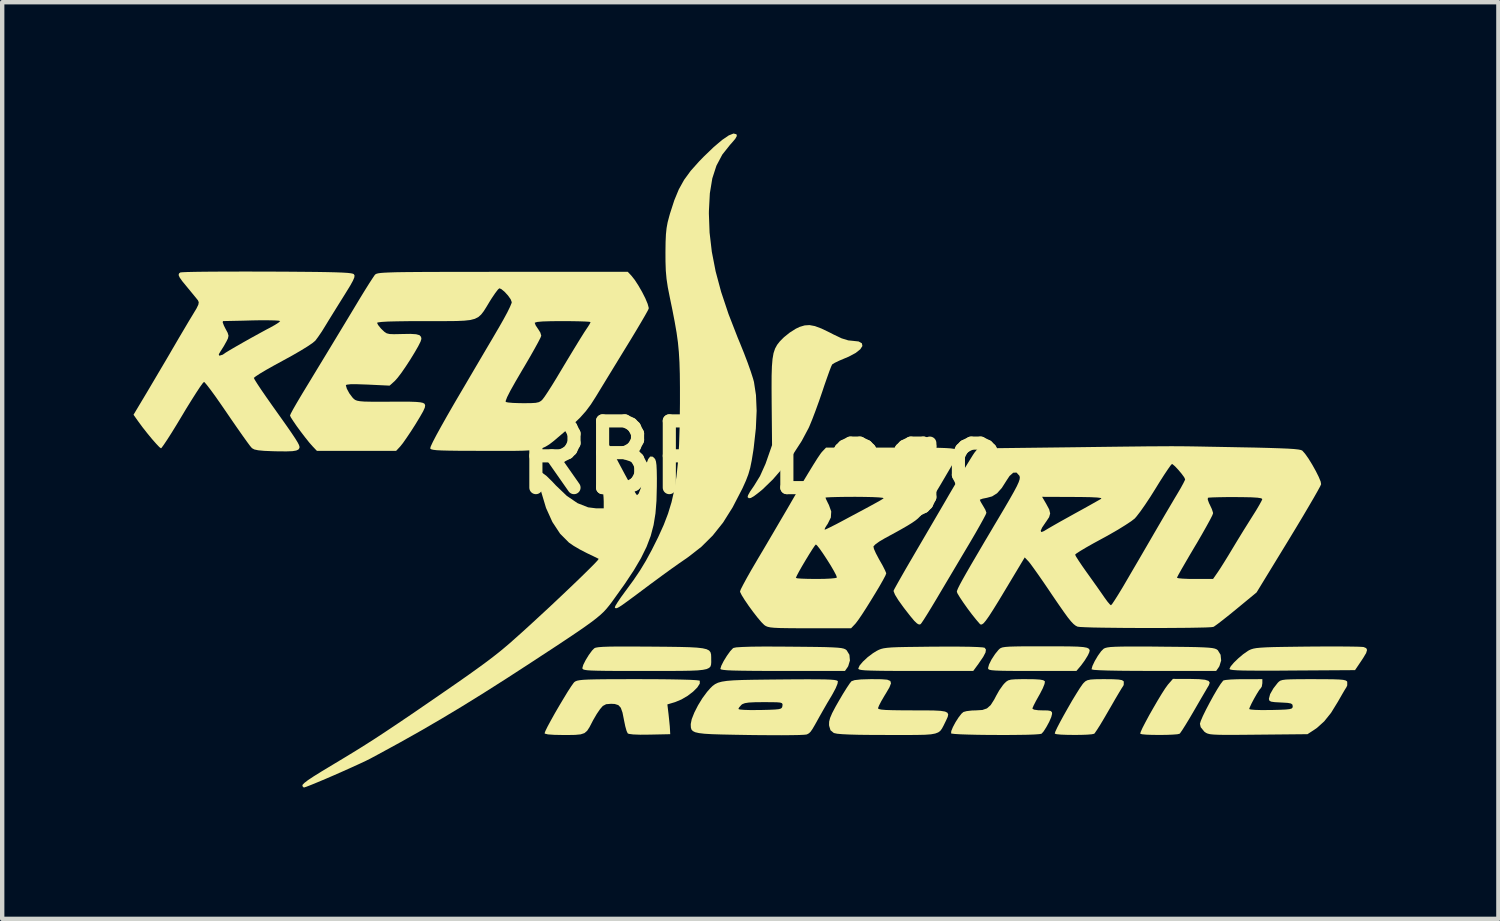
<source format=kicad_pcb>
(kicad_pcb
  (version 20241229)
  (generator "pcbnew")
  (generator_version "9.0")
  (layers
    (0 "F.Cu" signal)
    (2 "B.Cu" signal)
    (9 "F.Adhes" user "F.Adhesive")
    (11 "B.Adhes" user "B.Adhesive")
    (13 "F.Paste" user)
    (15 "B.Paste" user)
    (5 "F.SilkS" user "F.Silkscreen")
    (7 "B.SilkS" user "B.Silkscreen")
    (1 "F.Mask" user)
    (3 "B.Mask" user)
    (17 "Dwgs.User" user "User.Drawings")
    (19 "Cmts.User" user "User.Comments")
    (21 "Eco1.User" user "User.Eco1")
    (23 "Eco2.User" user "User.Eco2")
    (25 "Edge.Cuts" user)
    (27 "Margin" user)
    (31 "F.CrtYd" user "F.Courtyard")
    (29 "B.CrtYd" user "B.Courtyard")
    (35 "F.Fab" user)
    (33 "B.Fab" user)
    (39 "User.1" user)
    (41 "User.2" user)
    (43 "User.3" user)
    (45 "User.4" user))
  (footprint "RBR Logo"
    (layer "F.Cu")
    (at 14.38 7.399)
    (property "Reference" "RBR Logo" (at 0 0 0) (layer "F.SilkS") (effects (font (size 1.524 1.524) (thickness 0.3))))
    (attr board_only exclude_from_pos_files exclude_from_bom)
    (fp_poly (pts (xy 9.752 5.06) (xy 9.959 5.065) (xy 10.098 5.079) (xy 10.177 5.105) (xy 10.204 5.145) (xy 10.185 5.202) (xy 10.182 5.207) (xy 10.15 5.261) (xy 10.088 5.367) (xy 10.003 5.512) (xy 9.904 5.683) (xy 9.849 5.778) (xy 9.746 5.954) (xy 9.653 6.107) (xy 9.578 6.226) (xy 9.529 6.297) (xy 9.515 6.312) (xy 9.462 6.324) (xy 9.355 6.332) (xy 9.212 6.338) (xy 9.053 6.339) (xy 8.896 6.338) (xy 8.758 6.333) (xy 8.659 6.324) (xy 8.616 6.312) (xy 8.627 6.27) (xy 8.669 6.176) (xy 8.737 6.045) (xy 8.821 5.889) (xy 8.916 5.722) (xy 9.013 5.555) (xy 9.105 5.403) (xy 9.185 5.278) (xy 9.246 5.194) (xy 9.254 5.184) (xy 9.363 5.059)) (stroke (width 0) (type solid)) (fill yes) (layer "F.SilkS"))
    (fp_poly (pts (xy 0.373 4.321) (xy 0.615 4.323) (xy 0.951 4.326) (xy 1.22 4.329) (xy 1.429 4.333) (xy 1.588 4.339) (xy 1.705 4.346) (xy 1.787 4.355) (xy 1.842 4.367) (xy 1.879 4.382) (xy 1.906 4.402) (xy 1.91 4.405) (xy 1.973 4.508) (xy 1.985 4.639) (xy 1.946 4.768) (xy 1.93 4.794) (xy 1.872 4.877) (xy 0.448 4.877) (xy 0.068 4.877) (xy -0.243 4.875) (xy -0.49 4.872) (xy -0.68 4.868) (xy -0.817 4.862) (xy -0.908 4.853) (xy -0.959 4.843) (xy -0.975 4.831) (xy -0.975 4.831) (xy -0.953 4.758) (xy -0.899 4.651) (xy -0.827 4.534) (xy -0.752 4.429) (xy -0.689 4.361) (xy -0.675 4.352) (xy -0.612 4.339) (xy -0.476 4.33) (xy -0.267 4.323) (xy 0.016 4.32)) (stroke (width 0) (type solid)) (fill yes) (layer "F.SilkS"))
    (fp_poly (pts (xy 4.485 4.322) (xy 4.718 4.325) (xy 4.897 4.331) (xy 5.015 4.339) (xy 5.063 4.348) (xy 5.092 4.39) (xy 5.082 4.456) (xy 5.029 4.557) (xy 4.929 4.703) (xy 4.919 4.718) (xy 4.802 4.877) (xy 3.489 4.877) (xy 3.136 4.877) (xy 2.851 4.876) (xy 2.626 4.873) (xy 2.457 4.869) (xy 2.334 4.864) (xy 2.252 4.856) (xy 2.203 4.846) (xy 2.18 4.833) (xy 2.176 4.822) (xy 2.205 4.755) (xy 2.282 4.664) (xy 2.389 4.564) (xy 2.511 4.472) (xy 2.599 4.418) (xy 2.647 4.394) (xy 2.696 4.375) (xy 2.756 4.36) (xy 2.835 4.349) (xy 2.942 4.34) (xy 3.088 4.334) (xy 3.279 4.33) (xy 3.527 4.327) (xy 3.839 4.323) (xy 3.883 4.323) (xy 4.204 4.321)) (stroke (width 0) (type solid)) (fill yes) (layer "F.SilkS"))
    (fp_poly (pts (xy 6.755 4.315) (xy 7 4.317) (xy 7.185 4.322) (xy 7.316 4.332) (xy 7.401 4.348) (xy 7.447 4.373) (xy 7.462 4.407) (xy 7.452 4.452) (xy 7.425 4.511) (xy 7.414 4.532) (xy 7.349 4.637) (xy 7.268 4.748) (xy 7.258 4.76) (xy 7.159 4.877) (xy 6.15 4.877) (xy 5.848 4.877) (xy 5.612 4.876) (xy 5.436 4.873) (xy 5.309 4.868) (xy 5.225 4.861) (xy 5.174 4.851) (xy 5.149 4.837) (xy 5.141 4.818) (xy 5.14 4.812) (xy 5.163 4.729) (xy 5.221 4.613) (xy 5.302 4.49) (xy 5.376 4.399) (xy 5.401 4.374) (xy 5.43 4.354) (xy 5.473 4.339) (xy 5.538 4.329) (xy 5.634 4.322) (xy 5.771 4.318) (xy 5.957 4.315) (xy 6.202 4.315) (xy 6.442 4.315)) (stroke (width 0) (type solid)) (fill yes) (layer "F.SilkS"))
    (fp_poly (pts (xy 8.64 4.319) (xy 8.957 4.321) (xy 9.09 4.323) (xy 9.426 4.326) (xy 9.696 4.329) (xy 9.906 4.333) (xy 10.066 4.339) (xy 10.182 4.346) (xy 10.265 4.355) (xy 10.32 4.367) (xy 10.358 4.382) (xy 10.385 4.401) (xy 10.389 4.405) (xy 10.452 4.508) (xy 10.465 4.639) (xy 10.425 4.768) (xy 10.409 4.794) (xy 10.351 4.877) (xy 8.927 4.877) (xy 8.505 4.876) (xy 8.158 4.873) (xy 7.884 4.868) (xy 7.685 4.861) (xy 7.559 4.853) (xy 7.506 4.841) (xy 7.504 4.839) (xy 7.525 4.762) (xy 7.578 4.651) (xy 7.648 4.532) (xy 7.721 4.43) (xy 7.781 4.37) (xy 7.814 4.354) (xy 7.864 4.341) (xy 7.939 4.331) (xy 8.046 4.325) (xy 8.193 4.321) (xy 8.389 4.319)) (stroke (width 0) (type solid)) (fill yes) (layer "F.SilkS"))
    (fp_poly (pts (xy 13.248 4.319) (xy 13.451 4.321) (xy 13.604 4.324) (xy 13.697 4.329) (xy 13.718 4.331) (xy 13.778 4.356) (xy 13.798 4.397) (xy 13.777 4.468) (xy 13.711 4.579) (xy 13.663 4.652) (xy 13.523 4.859) (xy 12.089 4.868) (xy 11.712 4.871) (xy 11.404 4.871) (xy 11.158 4.87) (xy 10.97 4.868) (xy 10.831 4.863) (xy 10.737 4.856) (xy 10.681 4.847) (xy 10.657 4.835) (xy 10.655 4.829) (xy 10.683 4.773) (xy 10.755 4.688) (xy 10.856 4.59) (xy 10.967 4.496) (xy 11.074 4.421) (xy 11.105 4.403) (xy 11.148 4.384) (xy 11.2 4.368) (xy 11.27 4.355) (xy 11.366 4.346) (xy 11.498 4.338) (xy 11.672 4.332) (xy 11.899 4.328) (xy 12.186 4.324) (xy 12.433 4.321) (xy 12.729 4.319) (xy 13.004 4.318)) (stroke (width 0) (type solid)) (fill yes) (layer "F.SilkS"))
    (fp_poly (pts (xy 7.998 5.067) (xy 8.123 5.074) (xy 8.197 5.087) (xy 8.233 5.109) (xy 8.241 5.122) (xy 8.239 5.198) (xy 8.224 5.225) (xy 8.193 5.272) (xy 8.132 5.373) (xy 8.049 5.513) (xy 7.952 5.682) (xy 7.896 5.778) (xy 7.794 5.954) (xy 7.702 6.108) (xy 7.627 6.226) (xy 7.578 6.297) (xy 7.565 6.312) (xy 7.51 6.324) (xy 7.402 6.333) (xy 7.259 6.338) (xy 7.1 6.339) (xy 6.942 6.337) (xy 6.805 6.332) (xy 6.706 6.322) (xy 6.664 6.31) (xy 6.675 6.268) (xy 6.718 6.175) (xy 6.786 6.044) (xy 6.871 5.888) (xy 6.966 5.72) (xy 7.063 5.551) (xy 7.157 5.397) (xy 7.238 5.268) (xy 7.3 5.179) (xy 7.321 5.154) (xy 7.363 5.114) (xy 7.411 5.089) (xy 7.483 5.074) (xy 7.592 5.067) (xy 7.756 5.065) (xy 7.812 5.065)) (stroke (width 0) (type solid)) (fill yes) (layer "F.SilkS"))
    (fp_poly (pts (xy -2.734 4.321) (xy -2.556 4.322) (xy -2.199 4.325) (xy -1.91 4.329) (xy -1.682 4.335) (xy -1.507 4.345) (xy -1.379 4.36) (xy -1.29 4.381) (xy -1.233 4.41) (xy -1.201 4.449) (xy -1.187 4.499) (xy -1.184 4.561) (xy -1.184 4.611) (xy -1.183 4.677) (xy -1.187 4.731) (xy -1.2 4.775) (xy -1.232 4.808) (xy -1.287 4.834) (xy -1.373 4.852) (xy -1.497 4.865) (xy -1.665 4.872) (xy -1.885 4.876) (xy -2.163 4.877) (xy -2.505 4.877) (xy -2.706 4.877) (xy -3.07 4.877) (xy -3.366 4.877) (xy -3.602 4.875) (xy -3.783 4.872) (xy -3.917 4.868) (xy -4.011 4.862) (xy -4.072 4.853) (xy -4.107 4.842) (xy -4.123 4.828) (xy -4.127 4.811) (xy -4.127 4.81) (xy -4.106 4.737) (xy -4.052 4.63) (xy -3.981 4.514) (xy -3.907 4.413) (xy -3.855 4.36) (xy -3.823 4.346) (xy -3.759 4.335) (xy -3.658 4.327) (xy -3.511 4.322) (xy -3.313 4.319) (xy -3.056 4.319)) (stroke (width 0) (type solid)) (fill yes) (layer "F.SilkS"))
    (fp_poly (pts (xy 2.704 5.067) (xy 2.837 5.077) (xy 2.908 5.106) (xy 2.923 5.16) (xy 2.888 5.251) (xy 2.81 5.385) (xy 2.776 5.44) (xy 2.704 5.563) (xy 2.651 5.665) (xy 2.627 5.726) (xy 2.626 5.731) (xy 2.644 5.747) (xy 2.701 5.76) (xy 2.805 5.769) (xy 2.964 5.774) (xy 3.184 5.777) (xy 3.415 5.778) (xy 3.694 5.778) (xy 3.906 5.781) (xy 4.058 5.789) (xy 4.158 5.805) (xy 4.212 5.832) (xy 4.23 5.872) (xy 4.218 5.928) (xy 4.184 6.003) (xy 4.163 6.046) (xy 4.123 6.128) (xy 4.088 6.193) (xy 4.051 6.244) (xy 4.002 6.281) (xy 3.934 6.307) (xy 3.837 6.325) (xy 3.702 6.335) (xy 3.522 6.339) (xy 3.288 6.341) (xy 2.992 6.34) (xy 2.836 6.34) (xy 2.482 6.339) (xy 2.197 6.336) (xy 1.975 6.33) (xy 1.81 6.322) (xy 1.696 6.312) (xy 1.629 6.298) (xy 1.613 6.292) (xy 1.541 6.232) (xy 1.51 6.13) (xy 1.508 6.108) (xy 1.51 6.035) (xy 1.532 5.951) (xy 1.579 5.841) (xy 1.658 5.691) (xy 1.73 5.565) (xy 1.824 5.405) (xy 1.91 5.267) (xy 1.979 5.164) (xy 2.02 5.113) (xy 2.021 5.112) (xy 2.093 5.087) (xy 2.239 5.071) (xy 2.458 5.065) (xy 2.502 5.065)) (stroke (width 0) (type solid)) (fill yes) (layer "F.SilkS"))
    (fp_poly (pts (xy 6.2 5.067) (xy 6.326 5.075) (xy 6.4 5.089) (xy 6.435 5.112) (xy 6.439 5.119) (xy 6.43 5.175) (xy 6.39 5.275) (xy 6.326 5.4) (xy 6.306 5.435) (xy 6.235 5.562) (xy 6.181 5.667) (xy 6.154 5.73) (xy 6.153 5.737) (xy 6.188 5.761) (xy 6.284 5.775) (xy 6.378 5.778) (xy 6.504 5.78) (xy 6.571 5.792) (xy 6.599 5.819) (xy 6.603 5.856) (xy 6.584 5.931) (xy 6.536 6.042) (xy 6.472 6.16) (xy 6.408 6.26) (xy 6.361 6.312) (xy 6.311 6.321) (xy 6.2 6.329) (xy 6.038 6.335) (xy 5.839 6.338) (xy 5.614 6.34) (xy 5.374 6.34) (xy 5.132 6.339) (xy 4.9 6.336) (xy 4.69 6.331) (xy 4.513 6.325) (xy 4.381 6.317) (xy 4.307 6.308) (xy 4.296 6.303) (xy 4.3 6.25) (xy 4.338 6.158) (xy 4.397 6.048) (xy 4.466 5.94) (xy 4.533 5.854) (xy 4.578 5.815) (xy 4.652 5.795) (xy 4.772 5.781) (xy 4.868 5.778) (xy 5.011 5.769) (xy 5.115 5.733) (xy 5.199 5.659) (xy 5.28 5.532) (xy 5.328 5.44) (xy 5.399 5.315) (xy 5.48 5.201) (xy 5.508 5.168) (xy 5.554 5.123) (xy 5.6 5.093) (xy 5.664 5.076) (xy 5.762 5.068) (xy 5.909 5.065) (xy 6.011 5.065)) (stroke (width 0) (type solid)) (fill yes) (layer "F.SilkS"))
    (fp_poly (pts (xy 1.185 -3) (xy 1.335 -2.944) (xy 1.528 -2.851) (xy 1.607 -2.81) (xy 1.796 -2.72) (xy 1.946 -2.674) (xy 2.043 -2.664) (xy 2.183 -2.649) (xy 2.258 -2.607) (xy 2.27 -2.546) (xy 2.222 -2.471) (xy 2.117 -2.387) (xy 1.958 -2.302) (xy 1.87 -2.265) (xy 1.74 -2.21) (xy 1.636 -2.16) (xy 1.581 -2.125) (xy 1.579 -2.123) (xy 1.556 -2.075) (xy 1.515 -1.969) (xy 1.461 -1.817) (xy 1.397 -1.634) (xy 1.357 -1.513) (xy 1.281 -1.292) (xy 1.201 -1.071) (xy 1.125 -0.871) (xy 1.06 -0.713) (xy 1.04 -0.669) (xy 0.883 -0.375) (xy 0.685 -0.069) (xy 0.461 0.23) (xy 0.226 0.501) (xy -0.007 0.727) (xy -0.084 0.791) (xy -0.202 0.881) (xy -0.278 0.926) (xy -0.324 0.932) (xy -0.353 0.906) (xy -0.342 0.863) (xy -0.294 0.777) (xy -0.219 0.668) (xy -0.206 0.649) (xy -0.068 0.424) (xy 0.056 0.148) (xy 0.083 0.072) (xy 0.206 -0.281) (xy 0.197 -1.257) (xy 0.195 -1.594) (xy 0.196 -1.865) (xy 0.203 -2.081) (xy 0.217 -2.25) (xy 0.24 -2.382) (xy 0.275 -2.486) (xy 0.322 -2.572) (xy 0.383 -2.65) (xy 0.461 -2.729) (xy 0.481 -2.748) (xy 0.609 -2.851) (xy 0.749 -2.94) (xy 0.837 -2.982) (xy 0.951 -3.016) (xy 1.062 -3.023)) (stroke (width 0) (type solid)) (fill yes) (layer "F.SilkS"))
    (fp_poly (pts (xy -2.472 5.066) (xy -2.146 5.069) (xy -1.878 5.074) (xy -1.67 5.08) (xy -1.528 5.088) (xy -1.454 5.097) (xy -1.445 5.102) (xy -1.445 5.167) (xy -1.5 5.253) (xy -1.597 5.35) (xy -1.722 5.446) (xy -1.864 5.529) (xy -2.008 5.589) (xy -2.021 5.593) (xy -2.185 5.642) (xy -2.158 5.87) (xy -2.143 6.013) (xy -2.13 6.144) (xy -2.126 6.209) (xy -2.12 6.322) (xy -2.586 6.332) (xy -2.803 6.334) (xy -2.966 6.328) (xy -3.065 6.315) (xy -3.091 6.303) (xy -3.117 6.248) (xy -3.147 6.141) (xy -3.175 6.006) (xy -3.176 6) (xy -3.21 5.829) (xy -3.249 5.719) (xy -3.305 5.658) (xy -3.387 5.632) (xy -3.471 5.628) (xy -3.584 5.637) (xy -3.661 5.678) (xy -3.723 5.75) (xy -3.799 5.861) (xy -3.877 5.995) (xy -3.901 6.04) (xy -3.964 6.162) (xy -4.018 6.245) (xy -4.081 6.298) (xy -4.166 6.326) (xy -4.291 6.338) (xy -4.469 6.341) (xy -4.546 6.341) (xy -4.766 6.337) (xy -4.912 6.327) (xy -4.982 6.31) (xy -4.99 6.3) (xy -4.971 6.248) (xy -4.921 6.146) (xy -4.846 6.007) (xy -4.755 5.844) (xy -4.655 5.672) (xy -4.554 5.503) (xy -4.461 5.35) (xy -4.382 5.228) (xy -4.326 5.15) (xy -4.309 5.131) (xy -4.283 5.114) (xy -4.247 5.1) (xy -4.191 5.089) (xy -4.11 5.08) (xy -3.995 5.074) (xy -3.838 5.07) (xy -3.633 5.067) (xy -3.372 5.066) (xy -3.047 5.065) (xy -2.849 5.065)) (stroke (width 0) (type solid)) (fill yes) (layer "F.SilkS"))
    (fp_poly (pts (xy 1.247 5.069) (xy 1.417 5.071) (xy 1.541 5.076) (xy 1.625 5.083) (xy 1.677 5.093) (xy 1.703 5.106) (xy 1.71 5.115) (xy 1.701 5.171) (xy 1.66 5.271) (xy 1.593 5.397) (xy 1.565 5.446) (xy 1.467 5.61) (xy 1.366 5.786) (xy 1.281 5.936) (xy 1.275 5.947) (xy 1.189 6.102) (xy 1.129 6.204) (xy 1.086 6.266) (xy 1.05 6.301) (xy 1.012 6.322) (xy 0.996 6.329) (xy 0.941 6.335) (xy 0.82 6.341) (xy 0.644 6.344) (xy 0.421 6.346) (xy 0.161 6.345) (xy -0.126 6.343) (xy -0.304 6.341) (xy -0.657 6.335) (xy -0.942 6.329) (xy -1.167 6.322) (xy -1.338 6.312) (xy -1.463 6.297) (xy -1.55 6.277) (xy -1.604 6.25) (xy -1.635 6.215) (xy -1.648 6.17) (xy -1.651 6.114) (xy -1.651 6.089) (xy -1.629 5.979) (xy -1.57 5.83) (xy -1.528 5.747) (xy -0.563 5.747) (xy -0.528 5.759) (xy -0.431 5.767) (xy -0.287 5.771) (xy -0.11 5.77) (xy -0.066 5.77) (xy 0.136 5.765) (xy 0.274 5.759) (xy 0.362 5.75) (xy 0.411 5.735) (xy 0.434 5.712) (xy 0.443 5.68) (xy 0.443 5.675) (xy 0.446 5.639) (xy 0.433 5.615) (xy 0.393 5.6) (xy 0.313 5.593) (xy 0.181 5.591) (xy 0.015 5.59) (xy -0.184 5.592) (xy -0.323 5.599) (xy -0.413 5.613) (xy -0.471 5.635) (xy -0.494 5.652) (xy -0.547 5.712) (xy -0.563 5.747) (xy -1.528 5.747) (xy -1.485 5.663) (xy -1.384 5.498) (xy -1.277 5.354) (xy -1.263 5.338) (xy -1.206 5.273) (xy -1.153 5.221) (xy -1.096 5.179) (xy -1.028 5.146) (xy -0.94 5.122) (xy -0.823 5.104) (xy -0.671 5.092) (xy -0.475 5.084) (xy -0.227 5.079) (xy 0.082 5.075) (xy 0.385 5.072) (xy 0.738 5.069) (xy 1.023 5.068)) (stroke (width 0) (type solid)) (fill yes) (layer "F.SilkS"))
    (fp_poly (pts (xy 12.834 5.066) (xy 13.025 5.068) (xy 13.162 5.073) (xy 13.252 5.081) (xy 13.307 5.094) (xy 13.335 5.111) (xy 13.345 5.126) (xy 13.345 5.207) (xy 13.327 5.248) (xy 13.289 5.308) (xy 13.227 5.414) (xy 13.152 5.545) (xy 13.132 5.58) (xy 12.975 5.835) (xy 12.819 6.029) (xy 12.654 6.178) (xy 12.589 6.223) (xy 12.437 6.322) (xy 11.31 6.333) (xy 10.989 6.336) (xy 10.735 6.338) (xy 10.539 6.338) (xy 10.391 6.335) (xy 10.285 6.33) (xy 10.21 6.322) (xy 10.158 6.309) (xy 10.121 6.293) (xy 10.09 6.271) (xy 10.081 6.265) (xy 9.998 6.163) (xy 9.98 6.085) (xy 9.999 6.02) (xy 10.048 5.906) (xy 10.119 5.761) (xy 10.204 5.599) (xy 10.293 5.437) (xy 10.379 5.29) (xy 10.453 5.174) (xy 10.507 5.104) (xy 10.518 5.094) (xy 10.572 5.083) (xy 10.683 5.073) (xy 10.834 5.067) (xy 10.984 5.066) (xy 11.406 5.065) (xy 11.406 5.157) (xy 11.393 5.235) (xy 11.371 5.27) (xy 11.335 5.313) (xy 11.28 5.401) (xy 11.217 5.511) (xy 11.159 5.621) (xy 11.118 5.709) (xy 11.105 5.748) (xy 11.141 5.759) (xy 11.237 5.767) (xy 11.381 5.771) (xy 11.558 5.77) (xy 11.603 5.77) (xy 11.804 5.765) (xy 11.942 5.759) (xy 12.029 5.749) (xy 12.076 5.735) (xy 12.096 5.713) (xy 12.1 5.684) (xy 12.092 5.645) (xy 12.059 5.621) (xy 11.984 5.607) (xy 11.852 5.599) (xy 11.828 5.598) (xy 11.686 5.59) (xy 11.604 5.578) (xy 11.566 5.555) (xy 11.556 5.519) (xy 11.556 5.512) (xy 11.583 5.408) (xy 11.658 5.276) (xy 11.757 5.149) (xy 11.785 5.121) (xy 11.818 5.099) (xy 11.868 5.084) (xy 11.944 5.074) (xy 12.057 5.069) (xy 12.219 5.066) (xy 12.44 5.065) (xy 12.576 5.065)) (stroke (width 0) (type solid)) (fill yes) (layer "F.SilkS"))
    (fp_poly (pts (xy -0.607 -7.382) (xy -0.598 -7.343) (xy -0.635 -7.277) (xy -0.723 -7.174) (xy -0.753 -7.141) (xy -0.931 -6.917) (xy -1.065 -6.664) (xy -1.159 -6.373) (xy -1.215 -6.033) (xy -1.236 -5.636) (xy -1.237 -5.571) (xy -1.221 -5.136) (xy -1.17 -4.699) (xy -1.083 -4.251) (xy -0.957 -3.781) (xy -0.789 -3.277) (xy -0.576 -2.729) (xy -0.528 -2.614) (xy -0.438 -2.391) (xy -0.353 -2.169) (xy -0.281 -1.966) (xy -0.228 -1.801) (xy -0.207 -1.724) (xy -0.161 -1.423) (xy -0.146 -1.065) (xy -0.164 -0.661) (xy -0.213 -0.22) (xy -0.222 -0.156) (xy -0.258 0.066) (xy -0.293 0.238) (xy -0.335 0.384) (xy -0.39 0.529) (xy -0.466 0.698) (xy -0.483 0.732) (xy -0.695 1.141) (xy -0.913 1.488) (xy -1.149 1.784) (xy -1.41 2.043) (xy -1.709 2.276) (xy -1.782 2.327) (xy -1.92 2.422) (xy -2.098 2.548) (xy -2.298 2.693) (xy -2.5 2.842) (xy -2.589 2.907) (xy -2.821 3.081) (xy -3 3.214) (xy -3.134 3.312) (xy -3.229 3.38) (xy -3.294 3.421) (xy -3.335 3.441) (xy -3.361 3.446) (xy -3.377 3.438) (xy -3.386 3.429) (xy -3.374 3.393) (xy -3.323 3.309) (xy -3.243 3.191) (xy -3.14 3.05) (xy -3.136 3.045) (xy -2.958 2.802) (xy -2.809 2.581) (xy -2.676 2.361) (xy -2.544 2.118) (xy -2.4 1.831) (xy -2.385 1.799) (xy -2.268 1.54) (xy -2.17 1.284) (xy -2.09 1.022) (xy -2.027 0.744) (xy -1.978 0.44) (xy -1.942 0.101) (xy -1.918 -0.284) (xy -1.904 -0.724) (xy -1.898 -1.228) (xy -1.898 -1.238) (xy -1.898 -1.604) (xy -1.901 -1.91) (xy -1.909 -2.173) (xy -1.923 -2.407) (xy -1.944 -2.628) (xy -1.975 -2.851) (xy -2.017 -3.093) (xy -2.07 -3.368) (xy -2.13 -3.658) (xy -2.175 -3.885) (xy -2.204 -4.078) (xy -2.221 -4.265) (xy -2.228 -4.475) (xy -2.229 -4.69) (xy -2.226 -4.92) (xy -2.218 -5.097) (xy -2.203 -5.24) (xy -2.179 -5.371) (xy -2.142 -5.511) (xy -2.125 -5.571) (xy -2.027 -5.874) (xy -1.924 -6.123) (xy -1.804 -6.339) (xy -1.654 -6.545) (xy -1.462 -6.76) (xy -1.355 -6.87) (xy -1.126 -7.09) (xy -0.935 -7.252) (xy -0.784 -7.355) (xy -0.674 -7.399)) (stroke (width 0) (type solid)) (fill yes) (layer "F.SilkS"))
    (fp_poly (pts (xy -3.704 -0.549) (xy -3.667 -0.52) (xy -3.618 -0.456) (xy -3.553 -0.349) (xy -3.466 -0.195) (xy -3.353 0.016) (xy -3.264 0.185) (xy -3.155 0.389) (xy -3.057 0.568) (xy -2.975 0.714) (xy -2.914 0.814) (xy -2.882 0.86) (xy -2.879 0.862) (xy -2.841 0.826) (xy -2.798 0.716) (xy -2.75 0.532) (xy -2.714 0.36) (xy -2.67 0.164) (xy -2.625 0.04) (xy -2.578 -0.02) (xy -2.524 -0.018) (xy -2.487 0.011) (xy -2.462 0.044) (xy -2.445 0.096) (xy -2.434 0.177) (xy -2.428 0.3) (xy -2.425 0.476) (xy -2.426 0.666) (xy -2.434 0.99) (xy -2.457 1.278) (xy -2.5 1.543) (xy -2.566 1.794) (xy -2.661 2.043) (xy -2.788 2.301) (xy -2.952 2.579) (xy -3.157 2.888) (xy -3.408 3.239) (xy -3.457 3.307) (xy -3.516 3.384) (xy -3.574 3.455) (xy -3.637 3.524) (xy -3.713 3.595) (xy -3.806 3.673) (xy -3.922 3.762) (xy -4.068 3.867) (xy -4.249 3.992) (xy -4.472 4.142) (xy -4.742 4.321) (xy -5.066 4.533) (xy -5.29 4.68) (xy -5.857 5.048) (xy -6.378 5.379) (xy -6.867 5.682) (xy -7.338 5.965) (xy -7.805 6.237) (xy -8.283 6.506) (xy -8.785 6.78) (xy -8.973 6.881) (xy -9.073 6.931) (xy -9.218 6.999) (xy -9.396 7.08) (xy -9.592 7.168) (xy -9.796 7.258) (xy -9.995 7.344) (xy -10.176 7.42) (xy -10.327 7.482) (xy -10.435 7.524) (xy -10.489 7.541) (xy -10.49 7.541) (xy -10.516 7.515) (xy -10.522 7.506) (xy -10.519 7.479) (xy -10.478 7.436) (xy -10.395 7.372) (xy -10.264 7.285) (xy -10.079 7.17) (xy -9.835 7.023) (xy -9.792 6.997) (xy -9.541 6.846) (xy -9.308 6.704) (xy -9.084 6.564) (xy -8.857 6.419) (xy -8.615 6.26) (xy -8.347 6.081) (xy -8.042 5.875) (xy -7.689 5.633) (xy -7.635 5.596) (xy -7.275 5.348) (xy -6.97 5.137) (xy -6.712 4.956) (xy -6.495 4.8) (xy -6.309 4.664) (xy -6.149 4.542) (xy -6.006 4.429) (xy -5.873 4.318) (xy -5.742 4.206) (xy -5.722 4.187) (xy -5.533 4.019) (xy -5.327 3.832) (xy -5.11 3.632) (xy -4.888 3.427) (xy -4.669 3.221) (xy -4.458 3.021) (xy -4.263 2.835) (xy -4.091 2.668) (xy -3.947 2.526) (xy -3.838 2.416) (xy -3.772 2.344) (xy -3.755 2.316) (xy -3.794 2.297) (xy -3.883 2.253) (xy -4.005 2.195) (xy -4.033 2.181) (xy -4.184 2.103) (xy -4.327 2.019) (xy -4.433 1.946) (xy -4.434 1.945) (xy -4.636 1.742) (xy -4.812 1.475) (xy -4.957 1.154) (xy -5.067 0.787) (xy -5.085 0.709) (xy -5.118 0.523) (xy -5.124 0.402) (xy -5.1 0.345) (xy -5.043 0.351) (xy -4.95 0.419) (xy -4.817 0.549) (xy -4.735 0.637) (xy -4.484 0.877) (xy -4.237 1.045) (xy -3.996 1.14) (xy -3.812 1.163) (xy -3.639 1.163) (xy -3.639 1.004) (xy -3.643 0.914) (xy -3.656 0.766) (xy -3.675 0.575) (xy -3.7 0.357) (xy -3.721 0.178) (xy -3.752 -0.077) (xy -3.771 -0.266) (xy -3.78 -0.399) (xy -3.777 -0.483) (xy -3.765 -0.526) (xy -3.761 -0.531) (xy -3.734 -0.551)) (stroke (width 0) (type solid)) (fill yes) (layer "F.SilkS"))
    (fp_poly (pts (xy 3.285 -0.225) (xy 3.592 -0.224) (xy 3.838 -0.222) (xy 4.029 -0.219) (xy 4.174 -0.214) (xy 4.279 -0.207) (xy 4.35 -0.198) (xy 4.396 -0.187) (xy 4.422 -0.173) (xy 4.43 -0.165) (xy 4.46 -0.11) (xy 4.444 -0.045) (xy 4.423 -0.005) (xy 4.223 0.336) (xy 4.057 0.619) (xy 3.921 0.846) (xy 3.811 1.025) (xy 3.724 1.161) (xy 3.657 1.26) (xy 3.605 1.326) (xy 3.589 1.344) (xy 3.539 1.394) (xy 3.48 1.442) (xy 3.403 1.495) (xy 3.298 1.56) (xy 3.154 1.643) (xy 2.962 1.749) (xy 2.776 1.85) (xy 2.656 1.921) (xy 2.566 1.986) (xy 2.523 2.032) (xy 2.522 2.035) (xy 2.534 2.091) (xy 2.578 2.19) (xy 2.644 2.315) (xy 2.662 2.347) (xy 2.734 2.474) (xy 2.787 2.579) (xy 2.813 2.642) (xy 2.814 2.649) (xy 2.795 2.699) (xy 2.742 2.799) (xy 2.665 2.935) (xy 2.57 3.094) (xy 2.466 3.264) (xy 2.362 3.431) (xy 2.264 3.583) (xy 2.181 3.705) (xy 2.121 3.785) (xy 2.109 3.799) (xy 2.012 3.902) (xy 1.067 3.902) (xy 0.775 3.902) (xy 0.548 3.9) (xy 0.378 3.897) (xy 0.253 3.891) (xy 0.166 3.882) (xy 0.106 3.869) (xy 0.064 3.852) (xy 0.031 3.83) (xy 0.029 3.829) (xy -0.037 3.763) (xy -0.126 3.658) (xy -0.227 3.528) (xy -0.328 3.39) (xy -0.418 3.258) (xy -0.487 3.147) (xy -0.523 3.074) (xy -0.525 3.06) (xy -0.507 3.011) (xy -0.455 2.909) (xy -0.376 2.763) (xy -0.37 2.752) (xy 0.75 2.752) (xy 0.786 2.762) (xy 0.881 2.769) (xy 1.024 2.774) (xy 1.199 2.776) (xy 1.219 2.776) (xy 1.397 2.774) (xy 1.544 2.767) (xy 1.645 2.757) (xy 1.688 2.744) (xy 1.688 2.743) (xy 1.669 2.689) (xy 1.618 2.592) (xy 1.546 2.468) (xy 1.461 2.333) (xy 1.375 2.202) (xy 1.297 2.09) (xy 1.237 2.014) (xy 1.207 1.988) (xy 1.18 2.019) (xy 1.126 2.099) (xy 1.054 2.213) (xy 0.973 2.346) (xy 0.893 2.481) (xy 0.823 2.604) (xy 0.773 2.699) (xy 0.751 2.75) (xy 0.75 2.752) (xy -0.37 2.752) (xy -0.275 2.584) (xy -0.157 2.383) (xy -0.118 2.316) (xy 0.026 2.074) (xy 0.194 1.788) (xy 0.275 1.65) (xy 1.407 1.65) (xy 1.41 1.651) (xy 1.452 1.634) (xy 1.545 1.589) (xy 1.674 1.524) (xy 1.778 1.469) (xy 2.062 1.317) (xy 2.287 1.197) (xy 2.459 1.104) (xy 2.585 1.035) (xy 2.671 0.987) (xy 2.725 0.954) (xy 2.753 0.935) (xy 2.756 0.933) (xy 2.732 0.922) (xy 2.644 0.913) (xy 2.501 0.906) (xy 2.314 0.902) (xy 2.109 0.9) (xy 1.892 0.901) (xy 1.703 0.904) (xy 1.555 0.908) (xy 1.458 0.913) (xy 1.426 0.918) (xy 1.442 0.959) (xy 1.482 1.042) (xy 1.505 1.087) (xy 1.558 1.235) (xy 1.549 1.373) (xy 1.476 1.52) (xy 1.458 1.545) (xy 1.415 1.615) (xy 1.407 1.65) (xy 0.275 1.65) (xy 0.375 1.479) (xy 0.556 1.171) (xy 0.723 0.882) (xy 0.767 0.807) (xy 0.902 0.575) (xy 1.031 0.361) (xy 1.146 0.173) (xy 1.241 0.022) (xy 1.311 -0.081) (xy 1.342 -0.122) (xy 1.44 -0.225) (xy 2.91 -0.225)) (stroke (width 0) (type solid)) (fill yes) (layer "F.SilkS"))
    (fp_poly (pts (xy -11.456 -4.245) (xy -11.333 -4.245) (xy -10.889 -4.243) (xy -10.515 -4.24) (xy -10.204 -4.237) (xy -9.952 -4.233) (xy -9.752 -4.228) (xy -9.6 -4.222) (xy -9.488 -4.215) (xy -9.412 -4.206) (xy -9.367 -4.196) (xy -9.347 -4.185) (xy -9.331 -4.156) (xy -9.337 -4.11) (xy -9.368 -4.037) (xy -9.429 -3.926) (xy -9.526 -3.768) (xy -9.575 -3.689) (xy -9.692 -3.502) (xy -9.809 -3.314) (xy -9.913 -3.146) (xy -9.991 -3.018) (xy -9.996 -3.01) (xy -10.08 -2.874) (xy -10.165 -2.75) (xy -10.228 -2.666) (xy -10.29 -2.614) (xy -10.408 -2.534) (xy -10.569 -2.435) (xy -10.763 -2.323) (xy -10.975 -2.207) (xy -11.175 -2.098) (xy -11.351 -1.999) (xy -11.492 -1.915) (xy -11.588 -1.852) (xy -11.63 -1.818) (xy -11.631 -1.815) (xy -11.61 -1.773) (xy -11.552 -1.68) (xy -11.463 -1.546) (xy -11.35 -1.382) (xy -11.22 -1.197) (xy -11.206 -1.177) (xy -11.021 -0.917) (xy -10.875 -0.711) (xy -10.765 -0.552) (xy -10.686 -0.433) (xy -10.633 -0.347) (xy -10.602 -0.288) (xy -10.589 -0.248) (xy -10.589 -0.221) (xy -10.592 -0.212) (xy -10.615 -0.179) (xy -10.664 -0.157) (xy -10.75 -0.143) (xy -10.882 -0.138) (xy -11.073 -0.139) (xy -11.198 -0.142) (xy -11.395 -0.15) (xy -11.532 -0.163) (xy -11.62 -0.182) (xy -11.673 -0.211) (xy -11.677 -0.215) (xy -11.718 -0.263) (xy -11.792 -0.363) (xy -11.895 -0.507) (xy -12.019 -0.684) (xy -12.158 -0.885) (xy -12.237 -1.001) (xy -12.378 -1.206) (xy -12.506 -1.389) (xy -12.616 -1.54) (xy -12.702 -1.652) (xy -12.755 -1.714) (xy -12.77 -1.725) (xy -12.8 -1.694) (xy -12.863 -1.607) (xy -12.951 -1.473) (xy -13.06 -1.301) (xy -13.184 -1.101) (xy -13.265 -0.965) (xy -13.394 -0.751) (xy -13.511 -0.561) (xy -13.612 -0.403) (xy -13.69 -0.287) (xy -13.739 -0.22) (xy -13.752 -0.208) (xy -13.791 -0.237) (xy -13.863 -0.313) (xy -13.959 -0.422) (xy -14.066 -0.552) (xy -14.174 -0.689) (xy -14.271 -0.821) (xy -14.281 -0.835) (xy -14.38 -0.975) (xy -14.06 -1.51) (xy -13.923 -1.742) (xy -13.77 -2.001) (xy -13.618 -2.258) (xy -13.56 -2.357) (xy -12.432 -2.357) (xy -12.425 -2.328) (xy -12.41 -2.326) (xy -12.337 -2.349) (xy -12.323 -2.361) (xy -12.276 -2.393) (xy -12.176 -2.454) (xy -12.037 -2.535) (xy -11.871 -2.63) (xy -11.693 -2.73) (xy -11.515 -2.828) (xy -11.352 -2.917) (xy -11.265 -2.962) (xy -11.149 -3.027) (xy -11.065 -3.081) (xy -11.031 -3.113) (xy -11.03 -3.115) (xy -11.066 -3.124) (xy -11.164 -3.13) (xy -11.313 -3.133) (xy -11.5 -3.133) (xy -11.665 -3.13) (xy -11.877 -3.124) (xy -12.063 -3.12) (xy -12.211 -3.117) (xy -12.307 -3.115) (xy -12.337 -3.114) (xy -12.343 -3.085) (xy -12.315 -3.011) (xy -12.283 -2.947) (xy -12.229 -2.846) (xy -12.21 -2.78) (xy -12.223 -2.719) (xy -12.253 -2.657) (xy -12.319 -2.539) (xy -12.388 -2.43) (xy -12.389 -2.429) (xy -12.432 -2.357) (xy -13.56 -2.357) (xy -13.485 -2.487) (xy -13.458 -2.532) (xy -13.343 -2.73) (xy -13.225 -2.929) (xy -13.118 -3.11) (xy -13.033 -3.25) (xy -13.018 -3.275) (xy -12.94 -3.405) (xy -12.899 -3.49) (xy -12.89 -3.545) (xy -12.907 -3.587) (xy -12.912 -3.593) (xy -12.959 -3.652) (xy -13.039 -3.749) (xy -13.136 -3.867) (xy -13.159 -3.895) (xy -13.266 -4.025) (xy -13.327 -4.112) (xy -13.35 -4.167) (xy -13.34 -4.203) (xy -13.312 -4.225) (xy -13.267 -4.23) (xy -13.154 -4.235) (xy -12.98 -4.239) (xy -12.753 -4.242) (xy -12.48 -4.244) (xy -12.168 -4.245) (xy -11.824 -4.246)) (stroke (width 0) (type solid)) (fill yes) (layer "F.SilkS"))
    (fp_poly (pts (xy -3.009 -4.154) (xy -2.931 -4.056) (xy -2.846 -3.925) (xy -2.762 -3.779) (xy -2.689 -3.635) (xy -2.636 -3.509) (xy -2.612 -3.421) (xy -2.612 -3.397) (xy -2.638 -3.345) (xy -2.697 -3.239) (xy -2.785 -3.088) (xy -2.896 -2.901) (xy -3.024 -2.689) (xy -3.143 -2.495) (xy -3.291 -2.253) (xy -3.436 -2.016) (xy -3.571 -1.795) (xy -3.687 -1.605) (xy -3.777 -1.457) (xy -3.819 -1.388) (xy -3.933 -1.21) (xy -4.047 -1.057) (xy -4.175 -0.913) (xy -4.332 -0.761) (xy -4.535 -0.585) (xy -4.562 -0.562) (xy -4.69 -0.453) (xy -4.794 -0.365) (xy -4.885 -0.296) (xy -4.971 -0.244) (xy -5.064 -0.205) (xy -5.172 -0.179) (xy -5.304 -0.163) (xy -5.472 -0.154) (xy -5.683 -0.15) (xy -5.948 -0.15) (xy -6.277 -0.15) (xy -6.351 -0.15) (xy -6.693 -0.151) (xy -6.966 -0.152) (xy -7.18 -0.155) (xy -7.34 -0.159) (xy -7.455 -0.165) (xy -7.531 -0.174) (xy -7.577 -0.185) (xy -7.599 -0.2) (xy -7.603 -0.206) (xy -7.59 -0.253) (xy -7.541 -0.358) (xy -7.459 -0.515) (xy -7.347 -0.718) (xy -7.209 -0.963) (xy -7.048 -1.242) (xy -7.02 -1.29) (xy -5.879 -1.29) (xy -5.877 -1.267) (xy -5.823 -1.255) (xy -5.712 -1.245) (xy -5.565 -1.24) (xy -5.475 -1.239) (xy -5.305 -1.24) (xy -5.192 -1.247) (xy -5.12 -1.263) (xy -5.071 -1.291) (xy -5.038 -1.323) (xy -4.991 -1.385) (xy -4.916 -1.497) (xy -4.821 -1.646) (xy -4.716 -1.817) (xy -4.681 -1.876) (xy -4.479 -2.213) (xy -4.313 -2.487) (xy -4.182 -2.701) (xy -4.083 -2.859) (xy -4.015 -2.962) (xy -4.009 -2.97) (xy -3.961 -3.045) (xy -3.94 -3.091) (xy -3.939 -3.092) (xy -3.975 -3.099) (xy -4.073 -3.105) (xy -4.222 -3.11) (xy -4.41 -3.113) (xy -4.577 -3.114) (xy -4.842 -3.112) (xy -5.035 -3.106) (xy -5.157 -3.095) (xy -5.211 -3.079) (xy -5.215 -3.073) (xy -5.194 -3.017) (xy -5.142 -2.939) (xy -5.14 -2.937) (xy -5.087 -2.852) (xy -5.066 -2.781) (xy -5.066 -2.781) (xy -5.085 -2.732) (xy -5.138 -2.629) (xy -5.218 -2.483) (xy -5.32 -2.303) (xy -5.439 -2.099) (xy -5.494 -2.007) (xy -5.653 -1.735) (xy -5.771 -1.525) (xy -5.846 -1.377) (xy -5.879 -1.29) (xy -7.02 -1.29) (xy -6.973 -1.37) (xy -6.803 -1.659) (xy -6.631 -1.952) (xy -6.464 -2.236) (xy -6.31 -2.498) (xy -6.175 -2.726) (xy -6.069 -2.908) (xy -6.031 -2.972) (xy -5.93 -3.15) (xy -5.843 -3.31) (xy -5.78 -3.439) (xy -5.745 -3.524) (xy -5.74 -3.546) (xy -5.765 -3.613) (xy -5.827 -3.7) (xy -5.906 -3.786) (xy -5.981 -3.847) (xy -6.024 -3.863) (xy -6.057 -3.833) (xy -6.119 -3.752) (xy -6.198 -3.635) (xy -6.245 -3.56) (xy -6.319 -3.437) (xy -6.381 -3.339) (xy -6.44 -3.263) (xy -6.504 -3.206) (xy -6.584 -3.166) (xy -6.687 -3.139) (xy -6.824 -3.124) (xy -7.004 -3.116) (xy -7.235 -3.114) (xy -7.527 -3.114) (xy -7.715 -3.114) (xy -8.071 -3.113) (xy -8.355 -3.109) (xy -8.569 -3.104) (xy -8.715 -3.095) (xy -8.797 -3.084) (xy -8.817 -3.074) (xy -8.792 -3.024) (xy -8.731 -2.948) (xy -8.704 -2.921) (xy -8.648 -2.868) (xy -8.597 -2.835) (xy -8.531 -2.819) (xy -8.431 -2.815) (xy -8.279 -2.818) (xy -8.245 -2.819) (xy -8.053 -2.822) (xy -7.925 -2.814) (xy -7.848 -2.793) (xy -7.812 -2.754) (xy -7.804 -2.708) (xy -7.824 -2.644) (xy -7.879 -2.535) (xy -7.96 -2.395) (xy -8.056 -2.238) (xy -8.159 -2.08) (xy -8.258 -1.936) (xy -8.346 -1.82) (xy -8.41 -1.748) (xy -8.53 -1.64) (xy -9.03 -1.664) (xy -9.263 -1.672) (xy -9.422 -1.672) (xy -9.51 -1.662) (xy -9.53 -1.649) (xy -9.507 -1.569) (xy -9.451 -1.465) (xy -9.379 -1.369) (xy -9.348 -1.337) (xy -9.316 -1.313) (xy -9.272 -1.296) (xy -9.207 -1.284) (xy -9.108 -1.276) (xy -8.967 -1.273) (xy -8.771 -1.272) (xy -8.525 -1.273) (xy -8.262 -1.274) (xy -8.065 -1.273) (xy -7.924 -1.268) (xy -7.828 -1.259) (xy -7.769 -1.246) (xy -7.737 -1.228) (xy -7.731 -1.223) (xy -7.718 -1.189) (xy -7.727 -1.136) (xy -7.764 -1.054) (xy -7.834 -0.931) (xy -7.937 -0.761) (xy -8.042 -0.596) (xy -8.143 -0.446) (xy -8.227 -0.326) (xy -8.285 -0.254) (xy -8.285 -0.253) (xy -8.381 -0.15) (xy -10.191 -0.15) (xy -10.289 -0.253) (xy -10.364 -0.338) (xy -10.456 -0.453) (xy -10.556 -0.584) (xy -10.652 -0.714) (xy -10.732 -0.831) (xy -10.787 -0.917) (xy -10.805 -0.957) (xy -10.787 -1.001) (xy -10.736 -1.097) (xy -10.659 -1.231) (xy -10.564 -1.392) (xy -10.521 -1.464) (xy -10.364 -1.722) (xy -10.177 -2.031) (xy -9.968 -2.375) (xy -9.747 -2.74) (xy -9.522 -3.112) (xy -9.302 -3.477) (xy -9.193 -3.658) (xy -9.089 -3.827) (xy -8.995 -3.977) (xy -8.919 -4.094) (xy -8.871 -4.165) (xy -8.863 -4.174) (xy -8.849 -4.186) (xy -8.825 -4.197) (xy -8.788 -4.206) (xy -8.731 -4.214) (xy -8.651 -4.22) (xy -8.541 -4.225) (xy -8.396 -4.23) (xy -8.213 -4.233) (xy -7.985 -4.235) (xy -7.708 -4.237) (xy -7.377 -4.238) (xy -6.986 -4.239) (xy -6.531 -4.239) (xy -6.006 -4.24) (xy -3.09 -4.24)) (stroke (width 0) (type solid)) (fill yes) (layer "F.SilkS"))
    (fp_poly (pts (xy 9.486 -0.255) (xy 9.638 -0.254) (xy 9.798 -0.252) (xy 9.972 -0.249) (xy 10.17 -0.245) (xy 10.399 -0.241) (xy 10.668 -0.236) (xy 10.865 -0.232) (xy 11.243 -0.225) (xy 11.551 -0.217) (xy 11.798 -0.209) (xy 11.988 -0.201) (xy 12.129 -0.192) (xy 12.227 -0.181) (xy 12.289 -0.169) (xy 12.32 -0.154) (xy 12.382 -0.084) (xy 12.461 0.028) (xy 12.546 0.166) (xy 12.627 0.311) (xy 12.694 0.445) (xy 12.738 0.552) (xy 12.748 0.612) (xy 12.726 0.662) (xy 12.668 0.768) (xy 12.58 0.923) (xy 12.466 1.118) (xy 12.331 1.347) (xy 12.178 1.602) (xy 12.013 1.874) (xy 12.004 1.889) (xy 11.274 3.084) (xy 10.812 3.465) (xy 10.65 3.597) (xy 10.505 3.712) (xy 10.388 3.802) (xy 10.31 3.858) (xy 10.287 3.871) (xy 10.233 3.878) (xy 10.114 3.884) (xy 9.94 3.888) (xy 9.721 3.892) (xy 9.466 3.894) (xy 9.187 3.896) (xy 8.892 3.896) (xy 8.593 3.896) (xy 8.298 3.895) (xy 8.017 3.892) (xy 7.762 3.889) (xy 7.541 3.885) (xy 7.365 3.879) (xy 7.243 3.873) (xy 7.186 3.866) (xy 7.185 3.866) (xy 7.14 3.843) (xy 7.092 3.805) (xy 7.035 3.745) (xy 6.963 3.656) (xy 6.871 3.529) (xy 6.751 3.357) (xy 6.598 3.133) (xy 6.548 3.058) (xy 6.416 2.864) (xy 6.294 2.688) (xy 6.188 2.539) (xy 6.108 2.429) (xy 6.061 2.371) (xy 6.06 2.371) (xy 5.978 2.284) (xy 5.541 3.012) (xy 5.384 3.273) (xy 5.259 3.475) (xy 5.163 3.624) (xy 5.09 3.727) (xy 5.037 3.789) (xy 4.998 3.816) (xy 4.969 3.816) (xy 4.954 3.805) (xy 4.872 3.71) (xy 4.774 3.588) (xy 4.671 3.451) (xy 4.575 3.315) (xy 4.495 3.195) (xy 4.442 3.107) (xy 4.427 3.068) (xy 4.434 3.038) (xy 4.456 2.985) (xy 4.496 2.905) (xy 4.558 2.791) (xy 4.643 2.64) (xy 4.755 2.446) (xy 4.887 2.221) (xy 7.129 2.221) (xy 7.149 2.263) (xy 7.206 2.353) (xy 7.29 2.478) (xy 7.393 2.625) (xy 7.403 2.638) (xy 7.522 2.805) (xy 7.638 2.968) (xy 7.736 3.108) (xy 7.798 3.198) (xy 7.869 3.295) (xy 7.925 3.36) (xy 7.948 3.377) (xy 7.976 3.346) (xy 8.033 3.261) (xy 8.114 3.133) (xy 8.212 2.972) (xy 8.277 2.861) (xy 8.343 2.748) (xy 9.455 2.748) (xy 9.49 2.76) (xy 9.585 2.769) (xy 9.724 2.775) (xy 9.867 2.776) (xy 10.28 2.776) (xy 10.383 2.628) (xy 10.445 2.535) (xy 10.532 2.397) (xy 10.632 2.235) (xy 10.712 2.102) (xy 10.834 1.9) (xy 10.973 1.673) (xy 11.109 1.456) (xy 11.17 1.359) (xy 11.263 1.211) (xy 11.338 1.084) (xy 11.388 0.992) (xy 11.405 0.951) (xy 11.379 0.933) (xy 11.298 0.92) (xy 11.155 0.911) (xy 10.946 0.907) (xy 10.799 0.906) (xy 10.592 0.906) (xy 10.412 0.909) (xy 10.271 0.913) (xy 10.184 0.918) (xy 10.162 0.923) (xy 10.159 0.964) (xy 10.188 1.044) (xy 10.206 1.08) (xy 10.253 1.181) (xy 10.279 1.262) (xy 10.28 1.277) (xy 10.262 1.325) (xy 10.21 1.427) (xy 10.13 1.573) (xy 10.029 1.752) (xy 9.912 1.954) (xy 9.868 2.027) (xy 9.746 2.233) (xy 9.639 2.417) (xy 9.551 2.569) (xy 9.489 2.68) (xy 9.458 2.741) (xy 9.455 2.748) (xy 8.343 2.748) (xy 8.404 2.643) (xy 8.554 2.387) (xy 8.711 2.117) (xy 8.861 1.859) (xy 8.927 1.745) (xy 9.054 1.527) (xy 9.183 1.306) (xy 9.304 1.101) (xy 9.405 0.93) (xy 9.459 0.84) (xy 9.539 0.704) (xy 9.601 0.591) (xy 9.637 0.517) (xy 9.642 0.499) (xy 9.619 0.451) (xy 9.561 0.372) (xy 9.486 0.283) (xy 9.412 0.204) (xy 9.356 0.156) (xy 9.341 0.15) (xy 9.312 0.181) (xy 9.252 0.265) (xy 9.166 0.393) (xy 9.063 0.554) (xy 8.971 0.703) (xy 8.849 0.898) (xy 8.729 1.079) (xy 8.62 1.234) (xy 8.532 1.348) (xy 8.491 1.395) (xy 8.411 1.457) (xy 8.278 1.545) (xy 8.107 1.651) (xy 7.911 1.764) (xy 7.738 1.859) (xy 7.545 1.964) (xy 7.377 2.059) (xy 7.245 2.138) (xy 7.159 2.194) (xy 7.129 2.221) (xy 4.887 2.221) (xy 4.897 2.204) (xy 5.07 1.909) (xy 5.208 1.677) (xy 6.342 1.677) (xy 6.357 1.705) (xy 6.42 1.681) (xy 6.444 1.666) (xy 6.511 1.626) (xy 6.63 1.557) (xy 6.788 1.467) (xy 6.972 1.365) (xy 7.11 1.288) (xy 7.299 1.184) (xy 7.468 1.09) (xy 7.604 1.013) (xy 7.696 0.961) (xy 7.729 0.942) (xy 7.718 0.927) (xy 7.637 0.916) (xy 7.483 0.908) (xy 7.255 0.904) (xy 7.08 0.903) (xy 6.375 0.9) (xy 6.47 1.063) (xy 6.537 1.188) (xy 6.559 1.28) (xy 6.535 1.365) (xy 6.464 1.472) (xy 6.454 1.485) (xy 6.375 1.602) (xy 6.342 1.677) (xy 5.208 1.677) (xy 5.279 1.556) (xy 5.346 1.444) (xy 5.508 1.171) (xy 5.635 0.953) (xy 5.73 0.785) (xy 5.797 0.659) (xy 5.839 0.567) (xy 5.861 0.501) (xy 5.866 0.456) (xy 5.858 0.422) (xy 5.854 0.416) (xy 5.791 0.346) (xy 5.716 0.349) (xy 5.631 0.424) (xy 5.57 0.516) (xy 5.454 0.698) (xy 5.346 0.819) (xy 5.233 0.89) (xy 5.116 0.922) (xy 5.017 0.942) (xy 4.959 0.963) (xy 4.953 0.97) (xy 4.972 1.015) (xy 5.018 1.092) (xy 5.027 1.107) (xy 5.078 1.195) (xy 5.102 1.261) (xy 5.102 1.266) (xy 5.084 1.311) (xy 5.032 1.41) (xy 4.953 1.553) (xy 4.853 1.729) (xy 4.736 1.929) (xy 4.695 1.998) (xy 4.545 2.25) (xy 4.382 2.525) (xy 4.218 2.801) (xy 4.067 3.055) (xy 3.96 3.236) (xy 3.85 3.419) (xy 3.752 3.579) (xy 3.672 3.706) (xy 3.617 3.787) (xy 3.596 3.811) (xy 3.563 3.817) (xy 3.518 3.793) (xy 3.453 3.731) (xy 3.363 3.623) (xy 3.239 3.464) (xy 3.204 3.418) (xy 3.09 3.259) (xy 3.015 3.137) (xy 2.983 3.058) (xy 2.984 3.04) (xy 3.009 2.991) (xy 3.066 2.888) (xy 3.148 2.743) (xy 3.249 2.566) (xy 3.363 2.37) (xy 3.367 2.364) (xy 3.491 2.151) (xy 3.643 1.891) (xy 3.811 1.604) (xy 3.985 1.306) (xy 4.154 1.017) (xy 4.243 0.863) (xy 4.383 0.625) (xy 4.514 0.405) (xy 4.63 0.211) (xy 4.726 0.054) (xy 4.795 -0.057) (xy 4.833 -0.113) (xy 4.908 -0.206) (xy 7.078 -0.232) (xy 7.536 -0.238) (xy 7.928 -0.243) (xy 8.261 -0.247) (xy 8.543 -0.25) (xy 8.784 -0.253) (xy 8.99 -0.254) (xy 9.17 -0.255) (xy 9.333 -0.256)) (stroke (width 0) (type solid)) (fill yes) (layer "F.SilkS")))
  (gr_rect
    (start -3 -3)
    (end 31.178 17.94)
    (stroke (width 0.1) (type default))
    (fill no)
    (layer "Edge.Cuts")))
</source>
